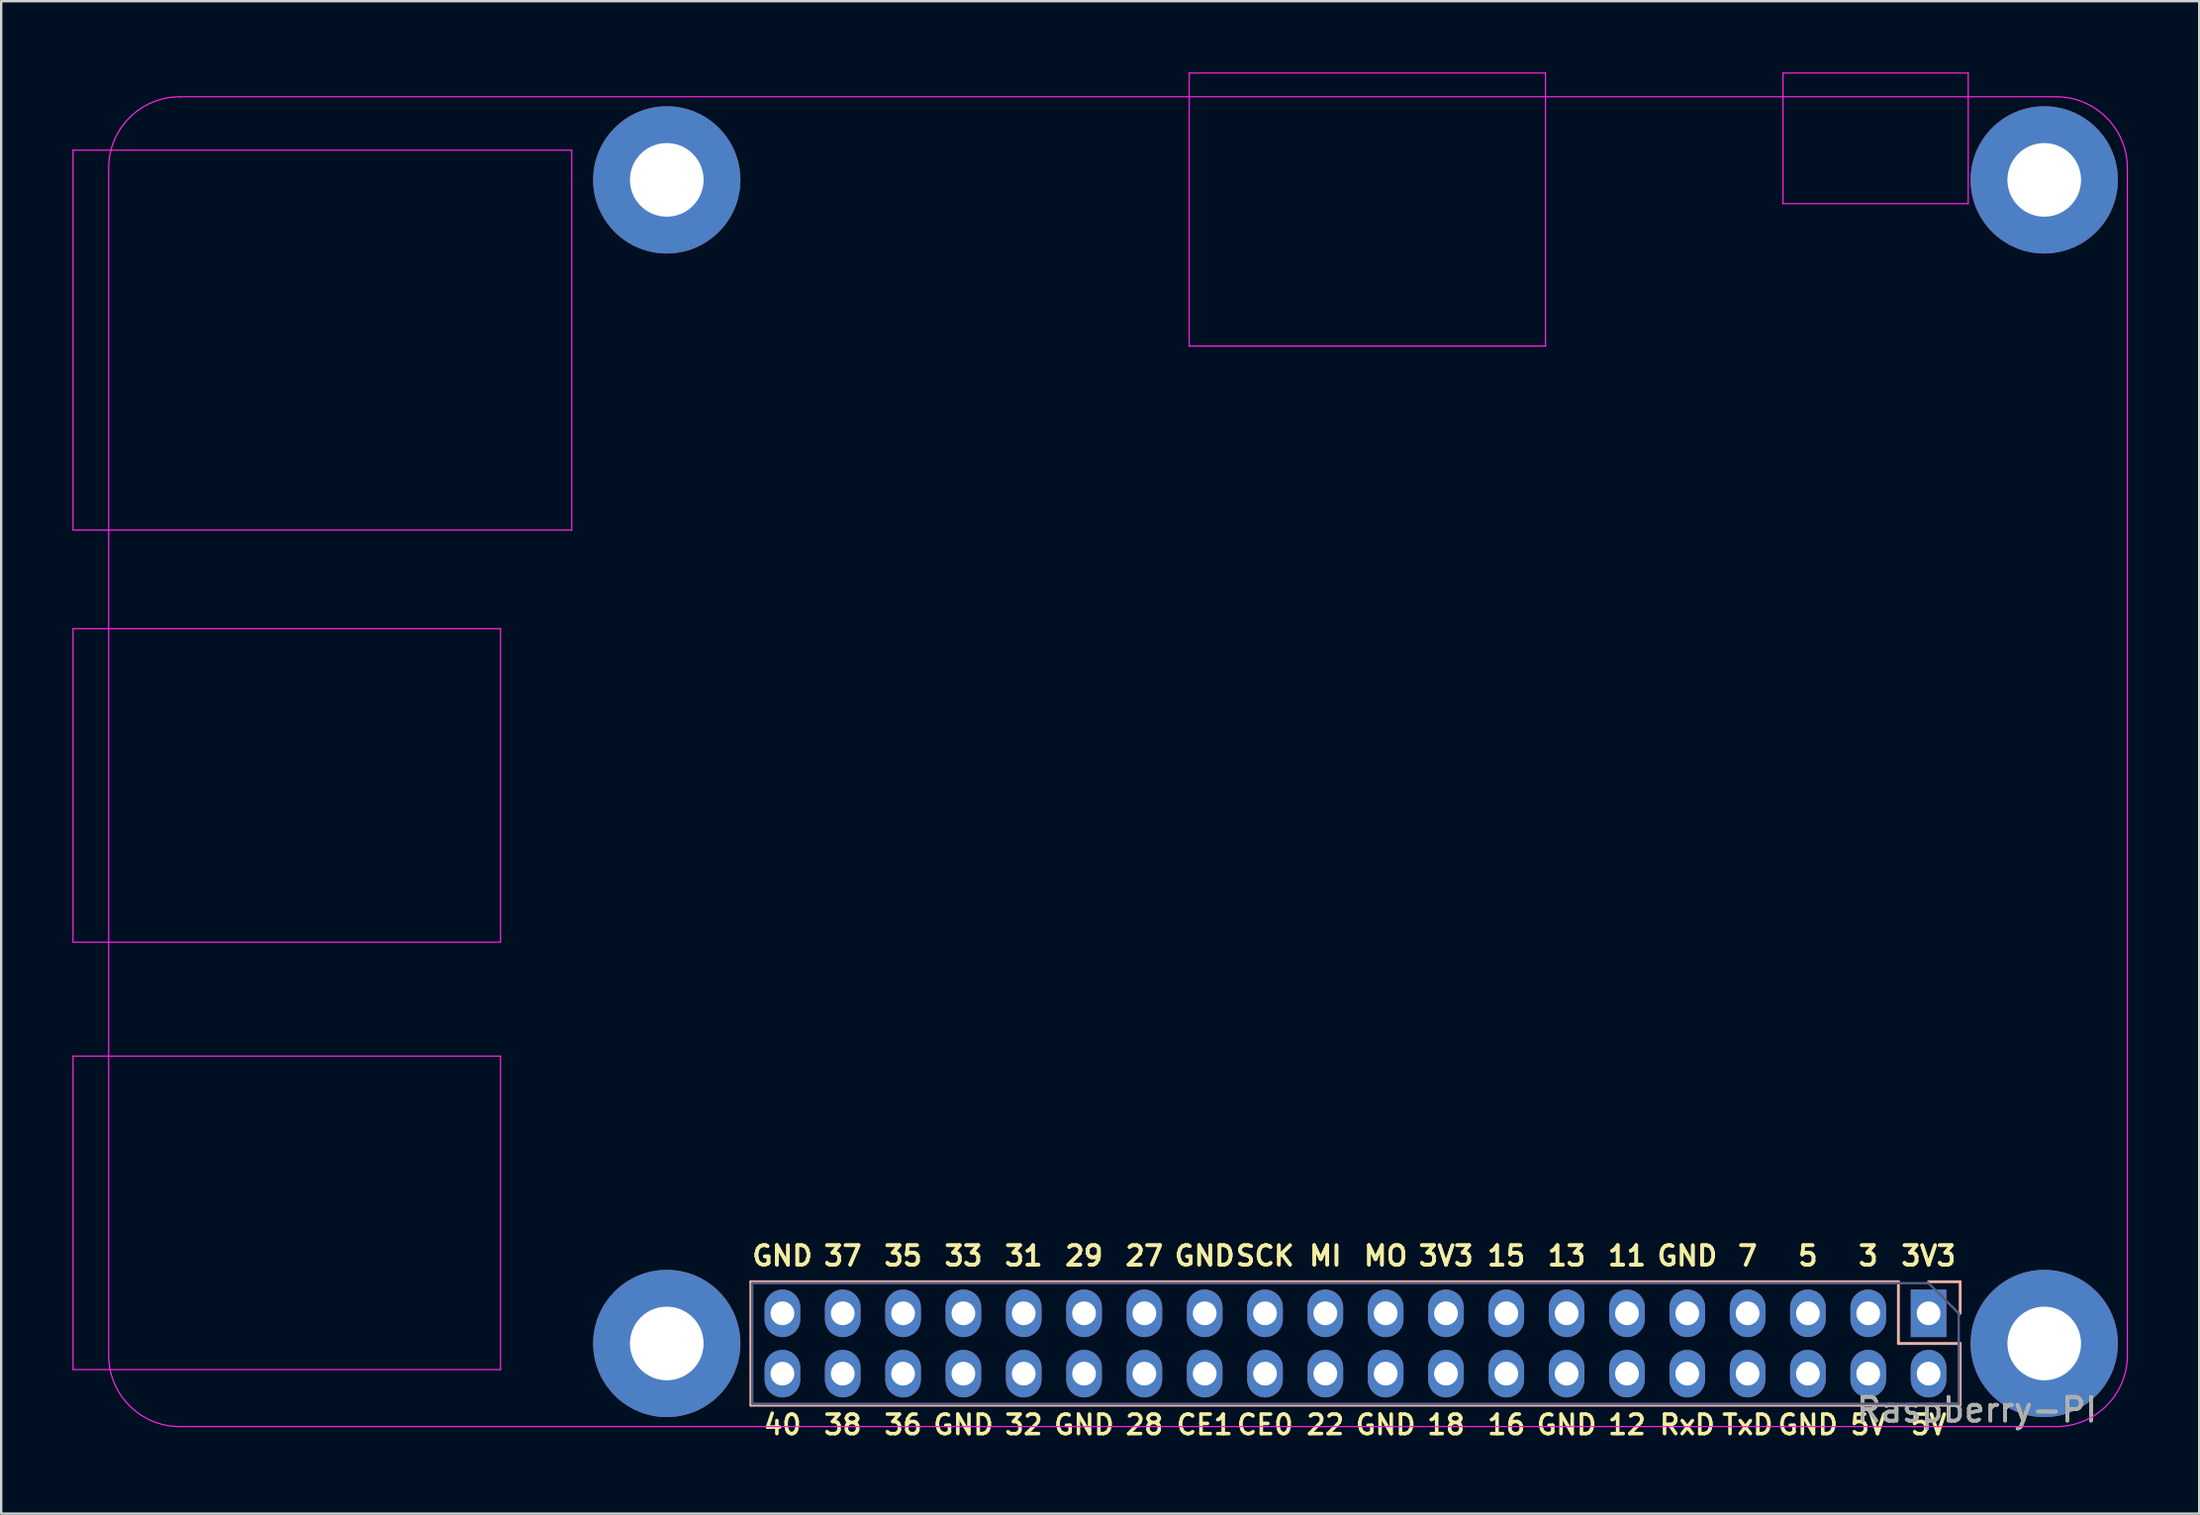
<source format=kicad_pcb>
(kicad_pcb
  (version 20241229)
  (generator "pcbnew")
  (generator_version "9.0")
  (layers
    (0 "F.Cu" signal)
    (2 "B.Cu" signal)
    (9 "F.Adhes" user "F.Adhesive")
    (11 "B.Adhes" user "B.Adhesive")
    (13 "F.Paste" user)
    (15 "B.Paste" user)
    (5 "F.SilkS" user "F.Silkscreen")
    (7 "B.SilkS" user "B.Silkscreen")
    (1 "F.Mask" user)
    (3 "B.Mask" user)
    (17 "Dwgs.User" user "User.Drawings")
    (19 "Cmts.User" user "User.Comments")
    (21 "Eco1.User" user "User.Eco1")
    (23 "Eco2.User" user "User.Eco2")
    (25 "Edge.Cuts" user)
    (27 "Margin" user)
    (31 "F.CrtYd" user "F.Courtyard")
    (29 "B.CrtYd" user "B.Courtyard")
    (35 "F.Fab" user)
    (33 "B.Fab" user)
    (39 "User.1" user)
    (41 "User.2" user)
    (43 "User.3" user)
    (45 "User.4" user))
  (footprint "Raspberry-PI"
    (layer "F.Cu")
    (at 78.155 52.255)
    (property "Reference" "Raspberry-PI" (at 2.032 4.064 0) (layer "F.SilkS") (effects (font (size 1 1) (thickness 0.15))))
    (attr through_hole)
    (fp_line (start -49.59 -1.33) (end -49.59 3.87) (stroke (width 0.12) (type solid)) (layer "B.SilkS"))
    (fp_line (start -1.27 -1.33) (end -49.59 -1.33) (stroke (width 0.12) (type solid)) (layer "B.SilkS"))
    (fp_line (start -1.27 -1.33) (end -1.27 1.27) (stroke (width 0.12) (type solid)) (layer "B.SilkS"))
    (fp_line (start -1.27 1.27) (end 1.33 1.27) (stroke (width 0.12) (type solid)) (layer "B.SilkS"))
    (fp_line (start 0 -1.33) (end 1.33 -1.33) (stroke (width 0.12) (type solid)) (layer "B.SilkS"))
    (fp_line (start 1.33 -1.33) (end 1.33 0) (stroke (width 0.12) (type solid)) (layer "B.SilkS"))
    (fp_line (start 1.33 1.27) (end 1.33 3.87) (stroke (width 0.12) (type solid)) (layer "B.SilkS"))
    (fp_line (start 1.33 3.87) (end -49.59 3.87) (stroke (width 0.12) (type solid)) (layer "B.SilkS"))
    (fp_line (start -78.13 -48.98) (end -78.13 -32.98) (stroke (width 0.05) (type solid)) (layer "F.CrtYd"))
    (fp_line (start -78.13 -32.98) (end -57.13 -32.98) (stroke (width 0.05) (type solid)) (layer "F.CrtYd"))
    (fp_line (start -78.13 -28.83) (end -78.13 -15.63) (stroke (width 0.05) (type solid)) (layer "F.CrtYd"))
    (fp_line (start -78.13 -10.83) (end -78.13 2.37) (stroke (width 0.05) (type solid)) (layer "F.CrtYd"))
    (fp_line (start -76.63 -48.23) (end -76.63 1.77) (stroke (width 0.05) (type solid)) (layer "F.CrtYd"))
    (fp_line (start -73.63 4.77) (end 5.37 4.77) (stroke (width 0.05) (type solid)) (layer "F.CrtYd"))
    (fp_line (start -60.13 -28.83) (end -78.13 -28.83) (stroke (width 0.05) (type solid)) (layer "F.CrtYd"))
    (fp_line (start -60.13 -28.83) (end -60.13 -15.63) (stroke (width 0.05) (type solid)) (layer "F.CrtYd"))
    (fp_line (start -60.13 -15.63) (end -78.13 -15.63) (stroke (width 0.05) (type solid)) (layer "F.CrtYd"))
    (fp_line (start -60.13 -10.83) (end -78.13 -10.83) (stroke (width 0.05) (type solid)) (layer "F.CrtYd"))
    (fp_line (start -60.13 -10.83) (end -60.13 2.37) (stroke (width 0.05) (type solid)) (layer "F.CrtYd"))
    (fp_line (start -60.13 2.37) (end -78.13 2.37) (stroke (width 0.05) (type solid)) (layer "F.CrtYd"))
    (fp_line (start -57.13 -48.98) (end -78.13 -48.98) (stroke (width 0.05) (type solid)) (layer "F.CrtYd"))
    (fp_line (start -57.13 -48.98) (end -57.13 -32.98) (stroke (width 0.05) (type solid)) (layer "F.CrtYd"))
    (fp_line (start -31.13 -52.23) (end -31.13 -40.73) (stroke (width 0.05) (type solid)) (layer "F.CrtYd"))
    (fp_line (start -16.13 -52.23) (end -31.13 -52.23) (stroke (width 0.05) (type solid)) (layer "F.CrtYd"))
    (fp_line (start -16.13 -52.23) (end -16.13 -40.73) (stroke (width 0.05) (type solid)) (layer "F.CrtYd"))
    (fp_line (start -16.13 -40.73) (end -31.13 -40.73) (stroke (width 0.05) (type solid)) (layer "F.CrtYd"))
    (fp_line (start -6.13 -52.23) (end -6.13 -46.73) (stroke (width 0.05) (type solid)) (layer "F.CrtYd"))
    (fp_line (start 1.67 -52.23) (end -6.13 -52.23) (stroke (width 0.05) (type solid)) (layer "F.CrtYd"))
    (fp_line (start 1.67 -52.23) (end 1.67 -46.73) (stroke (width 0.05) (type solid)) (layer "F.CrtYd"))
    (fp_line (start 1.67 -46.73) (end -6.13 -46.73) (stroke (width 0.05) (type solid)) (layer "F.CrtYd"))
    (fp_line (start 5.37 -51.23) (end -73.63 -51.23) (stroke (width 0.05) (type solid)) (layer "F.CrtYd"))
    (fp_line (start 8.37 1.77) (end 8.37 -48.23) (stroke (width 0.05) (type solid)) (layer "F.CrtYd"))
    (fp_arc (start -76.63 -48.23) (mid -75.75132 -50.35132) (end -73.63 -51.23) (stroke (width 0.05) (type solid)) (layer "F.CrtYd"))
    (fp_arc (start -73.63 4.77) (mid -75.75132 3.89132) (end -76.63 1.77) (stroke (width 0.05) (type solid)) (layer "F.CrtYd"))
    (fp_arc (start 5.37 -51.23) (mid 7.49132 -50.35132) (end 8.37 -48.23) (stroke (width 0.05) (type solid)) (layer "F.CrtYd"))
    (fp_arc (start 8.37 1.77) (mid 7.49132 3.89132) (end 5.37 4.77) (stroke (width 0.05) (type solid)) (layer "F.CrtYd"))
    (fp_line (start -49.53 -1.27) (end 0 -1.27) (stroke (width 0.1) (type solid)) (layer "B.Fab"))
    (fp_line (start -49.53 3.81) (end -49.53 -1.27) (stroke (width 0.1) (type solid)) (layer "B.Fab"))
    (fp_line (start 0 -1.27) (end 1.27 0) (stroke (width 0.1) (type solid)) (layer "B.Fab"))
    (fp_line (start 1.27 0) (end 1.27 3.81) (stroke (width 0.1) (type solid)) (layer "B.Fab"))
    (fp_line (start 1.27 3.81) (end -49.53 3.81) (stroke (width 0.1) (type solid)) (layer "B.Fab"))
    (fp_text user "3" (at -2.54 -2.42 0) (layer "F.SilkS") (effects (font (size 0.82 0.82) (thickness 0.15))))
    (fp_text user "32" (at -38.1 4.692 0) (layer "F.SilkS") (effects (font (size 0.82 0.82) (thickness 0.15))))
    (fp_text user "29" (at -35.56 -2.42 0) (layer "F.SilkS") (effects (font (size 0.82 0.82) (thickness 0.15))))
    (fp_text user "40" (at -48.26 4.692 0) (layer "F.SilkS") (effects (font (size 0.82 0.82) (thickness 0.15))))
    (fp_text user "MO" (at -22.86 -2.42 0) (layer "F.SilkS") (effects (font (size 0.82 0.82) (thickness 0.15))))
    (fp_text user "SCK" (at -27.94 -2.42 0) (layer "F.SilkS") (effects (font (size 0.82 0.82) (thickness 0.15))))
    (fp_text user "5" (at -5.08 -2.42 0) (layer "F.SilkS") (effects (font (size 0.82 0.82) (thickness 0.15))))
    (fp_text user "16" (at -17.78 4.692 0) (layer "F.SilkS") (effects (font (size 0.82 0.82) (thickness 0.15))))
    (fp_text user "29" (at -35.56 -2.42 0) (layer "F.SilkS") (effects (font (size 0.82 0.82) (thickness 0.15))))
    (fp_text user "CE0" (at -27.94 4.692 0) (layer "F.SilkS") (effects (font (size 0.82 0.82) (thickness 0.15))))
    (fp_text user "11" (at -12.7 -2.42 0) (layer "F.SilkS") (effects (font (size 0.82 0.82) (thickness 0.15))))
    (fp_text user "GND" (at -15.24 4.692 0) (layer "F.SilkS") (effects (font (size 0.82 0.82) (thickness 0.15))))
    (fp_text user "GND" (at -40.64 4.692 0) (layer "F.SilkS") (effects (font (size 0.82 0.82) (thickness 0.15))))
    (fp_text user "22" (at -25.4 4.692 0) (layer "F.SilkS") (effects (font (size 0.82 0.82) (thickness 0.15))))
    (fp_text user "7" (at -7.62 -2.42 0) (layer "F.SilkS") (effects (font (size 0.82 0.82) (thickness 0.15))))
    (fp_text user "5V" (at 0 4.692 0) (layer "F.SilkS") (effects (font (size 0.82 0.82) (thickness 0.15))))
    (fp_text user "GND" (at -10.16 -2.42 0) (layer "F.SilkS") (effects (font (size 0.82 0.82) (thickness 0.15))))
    (fp_text user "7" (at -7.62 -2.42 0) (layer "F.SilkS") (effects (font (size 0.82 0.82) (thickness 0.15))))
    (fp_text user "GND" (at -48.26 -2.42 0) (layer "F.SilkS") (effects (font (size 0.82 0.82) (thickness 0.15))))
    (fp_text user "MO" (at -22.86 -2.42 0) (layer "F.SilkS") (effects (font (size 0.82 0.82) (thickness 0.15))))
    (fp_text user "3V3" (at 0 -2.42 0) (layer "F.SilkS") (effects (font (size 0.82 0.82) (thickness 0.15))))
    (fp_text user "33" (at -40.64 -2.42 0) (layer "F.SilkS") (effects (font (size 0.82 0.82) (thickness 0.15))))
    (fp_text user "GND" (at -5.08 4.692 0) (layer "F.SilkS") (effects (font (size 0.82 0.82) (thickness 0.15))))
    (fp_text user "3V3" (at 0 -2.42 0) (layer "F.SilkS") (effects (font (size 0.82 0.82) (thickness 0.15))))
    (fp_text user "GND" (at -22.86 4.692 0) (layer "F.SilkS") (effects (font (size 0.82 0.82) (thickness 0.15))))
    (fp_text user "13" (at -15.24 -2.42 0) (layer "F.SilkS") (effects (font (size 0.82 0.82) (thickness 0.15))))
    (fp_text user "SCK" (at -27.94 -2.42 0) (layer "F.SilkS") (effects (font (size 0.82 0.82) (thickness 0.15))))
    (fp_text user "15" (at -17.78 -2.42 0) (layer "F.SilkS") (effects (font (size 0.82 0.82) (thickness 0.15))))
    (fp_text user "37" (at -45.72 -2.42 0) (layer "F.SilkS") (effects (font (size 0.82 0.82) (thickness 0.15))))
    (fp_text user "35" (at -43.18 -2.42 0) (layer "F.SilkS") (effects (font (size 0.82 0.82) (thickness 0.15))))
    (fp_text user "GND" (at -35.56 4.692 0) (layer "F.SilkS") (effects (font (size 0.82 0.82) (thickness 0.15))))
    (fp_text user "27" (at -33.02 -2.42 0) (layer "F.SilkS") (effects (font (size 0.82 0.82) (thickness 0.15))))
    (fp_text user "15" (at -17.78 -2.42 0) (layer "F.SilkS") (effects (font (size 0.82 0.82) (thickness 0.15))))
    (fp_text user "18" (at -20.32 4.692 0) (layer "F.SilkS") (effects (font (size 0.82 0.82) (thickness 0.15))))
    (fp_text user "GND" (at -30.48 -2.42 0) (layer "F.SilkS") (effects (font (size 0.82 0.82) (thickness 0.15))))
    (fp_text user "GND" (at -30.48 -2.42 0) (layer "F.SilkS") (effects (font (size 0.82 0.82) (thickness 0.15))))
    (fp_text user "35" (at -43.18 -2.42 0) (layer "F.SilkS") (effects (font (size 0.82 0.82) (thickness 0.15))))
    (fp_text user "33" (at -40.64 -2.42 0) (layer "F.SilkS") (effects (font (size 0.82 0.82) (thickness 0.15))))
    (fp_text user "28" (at -33.02 4.692 0) (layer "F.SilkS") (effects (font (size 0.82 0.82) (thickness 0.15))))
    (fp_text user "MI" (at -25.4 -2.42 0) (layer "F.SilkS") (effects (font (size 0.82 0.82) (thickness 0.15))))
    (fp_text user "GND" (at -48.26 -2.42 0) (layer "F.SilkS") (effects (font (size 0.82 0.82) (thickness 0.15))))
    (fp_text user "38" (at -45.72 4.692 0) (layer "F.SilkS") (effects (font (size 0.82 0.82) (thickness 0.15))))
    (fp_text user "MI" (at -25.4 -2.42 0) (layer "F.SilkS") (effects (font (size 0.82 0.82) (thickness 0.15))))
    (fp_text user "3" (at -2.54 -2.42 0) (layer "F.SilkS") (effects (font (size 0.82 0.82) (thickness 0.15))))
    (fp_text user "13" (at -15.24 -2.42 0) (layer "F.SilkS") (effects (font (size 0.82 0.82) (thickness 0.15))))
    (fp_text user "12" (at -12.7 4.692 0) (layer "F.SilkS") (effects (font (size 0.82 0.82) (thickness 0.15))))
    (fp_text user "RxD" (at -10.16 4.692 0) (layer "F.SilkS") (effects (font (size 0.82 0.82) (thickness 0.15))))
    (fp_text user "5" (at -5.08 -2.42 0) (layer "F.SilkS") (effects (font (size 0.82 0.82) (thickness 0.15))))
    (fp_text user "36" (at -43.18 4.692 0) (layer "F.SilkS") (effects (font (size 0.82 0.82) (thickness 0.15))))
    (fp_text user "CE1" (at -30.48 4.692 0) (layer "F.SilkS") (effects (font (size 0.82 0.82) (thickness 0.15))))
    (fp_text user "5V" (at -2.54 4.692 0) (layer "F.SilkS") (effects (font (size 0.82 0.82) (thickness 0.15))))
    (fp_text user "3V3" (at -20.32 -2.42 0) (layer "F.SilkS") (effects (font (size 0.82 0.82) (thickness 0.15))))
    (fp_text user "TxD" (at -7.62 4.692 0) (layer "F.SilkS") (effects (font (size 0.82 0.82) (thickness 0.15))))
    (fp_text user "31" (at -38.1 -2.42 0) (layer "F.SilkS") (effects (font (size 0.82 0.82) (thickness 0.15))))
    (fp_text user "3V3" (at -20.32 -2.42 0) (layer "F.SilkS") (effects (font (size 0.82 0.82) (thickness 0.15))))
    (fp_text user "31" (at -38.1 -2.42 0) (layer "F.SilkS") (effects (font (size 0.82 0.82) (thickness 0.15))))
    (fp_text user "GND" (at -10.16 -2.42 0) (layer "F.SilkS") (effects (font (size 0.82 0.82) (thickness 0.15))))
    (fp_text user "11" (at -12.7 -2.42 0) (layer "F.SilkS") (effects (font (size 0.82 0.82) (thickness 0.15))))
    (fp_text user "37" (at -45.72 -2.42 0) (layer "F.SilkS") (effects (font (size 0.82 0.82) (thickness 0.15))))
    (fp_text user "27" (at -33.02 -2.42 0) (layer "F.SilkS") (effects (font (size 0.82 0.82) (thickness 0.15))))
    (fp_text user "${REFERENCE}" (at 2.032 4.064 0) (layer "F.Fab") (effects (font (size 1 1) (thickness 0.15))))
    (pad "" np_thru_hole circle (at -53.13 -47.73) (size 6.2 6.2) (drill 3.1) (layers "*.Cu" "*.Mask"))
    (pad "" np_thru_hole circle (at -53.13 1.27) (size 6.2 6.2) (drill 3.1) (layers "*.Cu" "*.Mask"))
    (pad "" np_thru_hole circle (at 4.87 -47.73) (size 6.2 6.2) (drill 3.1) (layers "*.Cu" "*.Mask"))
    (pad "" np_thru_hole circle (at 4.87 1.27) (size 6.2 6.2) (drill 3.1) (layers "*.Cu" "*.Mask"))
    (pad "1" thru_hole rect (at 0 0) (size 1.5 2) (drill 1) (layers "*.Cu" "*.Mask"))
    (pad "2" thru_hole oval (at 0 2.54) (size 1.5 2) (drill 1) (layers "*.Cu" "*.Mask"))
    (pad "3" thru_hole oval (at -2.54 0) (size 1.5 2) (drill 1) (layers "*.Cu" "*.Mask"))
    (pad "4" thru_hole oval (at -2.54 2.54) (size 1.5 2) (drill 1) (layers "*.Cu" "*.Mask"))
    (pad "5" thru_hole oval (at -5.08 0) (size 1.5 2) (drill 1) (layers "*.Cu" "*.Mask"))
    (pad "6" thru_hole oval (at -5.08 2.54) (size 1.5 2) (drill 1) (layers "*.Cu" "*.Mask"))
    (pad "7" thru_hole oval (at -7.62 0) (size 1.5 2) (drill 1) (layers "*.Cu" "*.Mask"))
    (pad "8" thru_hole oval (at -7.62 2.54) (size 1.5 2) (drill 1) (layers "*.Cu" "*.Mask"))
    (pad "9" thru_hole oval (at -10.16 0) (size 1.5 2) (drill 1) (layers "*.Cu" "*.Mask"))
    (pad "10" thru_hole oval (at -10.16 2.54) (size 1.5 2) (drill 1) (layers "*.Cu" "*.Mask"))
    (pad "11" thru_hole oval (at -12.7 0) (size 1.5 2) (drill 1) (layers "*.Cu" "*.Mask"))
    (pad "12" thru_hole oval (at -12.7 2.54) (size 1.5 2) (drill 1) (layers "*.Cu" "*.Mask"))
    (pad "13" thru_hole oval (at -15.24 0) (size 1.5 2) (drill 1) (layers "*.Cu" "*.Mask"))
    (pad "14" thru_hole oval (at -15.24 2.54) (size 1.5 2) (drill 1) (layers "*.Cu" "*.Mask"))
    (pad "15" thru_hole oval (at -17.78 0) (size 1.5 2) (drill 1) (layers "*.Cu" "*.Mask"))
    (pad "16" thru_hole oval (at -17.78 2.54) (size 1.5 2) (drill 1) (layers "*.Cu" "*.Mask"))
    (pad "17" thru_hole oval (at -20.32 0) (size 1.5 2) (drill 1) (layers "*.Cu" "*.Mask"))
    (pad "18" thru_hole oval (at -20.32 2.54) (size 1.5 2) (drill 1) (layers "*.Cu" "*.Mask"))
    (pad "19" thru_hole oval (at -22.86 0) (size 1.5 2) (drill 1) (layers "*.Cu" "*.Mask"))
    (pad "20" thru_hole oval (at -22.86 2.54) (size 1.5 2) (drill 1) (layers "*.Cu" "*.Mask"))
    (pad "21" thru_hole oval (at -25.4 0) (size 1.5 2) (drill 1) (layers "*.Cu" "*.Mask"))
    (pad "22" thru_hole oval (at -25.4 2.54) (size 1.5 2) (drill 1) (layers "*.Cu" "*.Mask"))
    (pad "23" thru_hole oval (at -27.94 0) (size 1.5 2) (drill 1) (layers "*.Cu" "*.Mask"))
    (pad "24" thru_hole oval (at -27.94 2.54) (size 1.5 2) (drill 1) (layers "*.Cu" "*.Mask"))
    (pad "25" thru_hole oval (at -30.48 0) (size 1.5 2) (drill 1) (layers "*.Cu" "*.Mask"))
    (pad "26" thru_hole oval (at -30.48 2.54) (size 1.5 2) (drill 1) (layers "*.Cu" "*.Mask"))
    (pad "27" thru_hole oval (at -33.02 0) (size 1.5 2) (drill 1) (layers "*.Cu" "*.Mask"))
    (pad "28" thru_hole oval (at -33.02 2.54) (size 1.5 2) (drill 1) (layers "*.Cu" "*.Mask"))
    (pad "29" thru_hole oval (at -35.56 0) (size 1.5 2) (drill 1) (layers "*.Cu" "*.Mask"))
    (pad "30" thru_hole oval (at -35.56 2.54) (size 1.5 2) (drill 1) (layers "*.Cu" "*.Mask"))
    (pad "31" thru_hole oval (at -38.1 0) (size 1.5 2) (drill 1) (layers "*.Cu" "*.Mask"))
    (pad "32" thru_hole oval (at -38.1 2.54) (size 1.5 2) (drill 1) (layers "*.Cu" "*.Mask"))
    (pad "33" thru_hole oval (at -40.64 0) (size 1.5 2) (drill 1) (layers "*.Cu" "*.Mask"))
    (pad "34" thru_hole oval (at -40.64 2.54) (size 1.5 2) (drill 1) (layers "*.Cu" "*.Mask"))
    (pad "35" thru_hole oval (at -43.18 0) (size 1.5 2) (drill 1) (layers "*.Cu" "*.Mask"))
    (pad "36" thru_hole oval (at -43.18 2.54) (size 1.5 2) (drill 1) (layers "*.Cu" "*.Mask"))
    (pad "37" thru_hole oval (at -45.72 0) (size 1.5 2) (drill 1) (layers "*.Cu" "*.Mask"))
    (pad "38" thru_hole oval (at -45.72 2.54) (size 1.5 2) (drill 1) (layers "*.Cu" "*.Mask"))
    (pad "39" thru_hole oval (at -48.26 0) (size 1.5 2) (drill 1) (layers "*.Cu" "*.Mask"))
    (pad "40" thru_hole oval (at -48.26 2.54) (size 1.5 2) (drill 1) (layers "*.Cu" "*.Mask")))
  (gr_rect
    (start -3 -3)
    (end 89.55 60.69)
    (stroke (width 0.1) (type default))
    (fill no)
    (layer "Edge.Cuts")))
</source>
